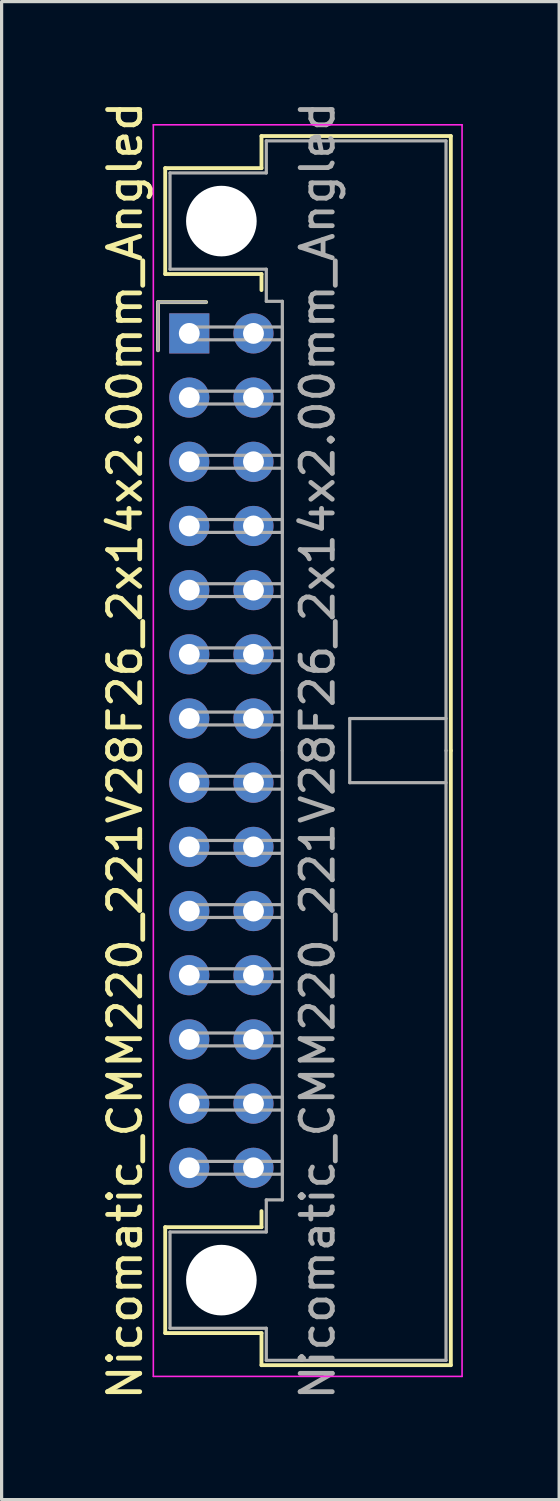
<source format=kicad_pcb>
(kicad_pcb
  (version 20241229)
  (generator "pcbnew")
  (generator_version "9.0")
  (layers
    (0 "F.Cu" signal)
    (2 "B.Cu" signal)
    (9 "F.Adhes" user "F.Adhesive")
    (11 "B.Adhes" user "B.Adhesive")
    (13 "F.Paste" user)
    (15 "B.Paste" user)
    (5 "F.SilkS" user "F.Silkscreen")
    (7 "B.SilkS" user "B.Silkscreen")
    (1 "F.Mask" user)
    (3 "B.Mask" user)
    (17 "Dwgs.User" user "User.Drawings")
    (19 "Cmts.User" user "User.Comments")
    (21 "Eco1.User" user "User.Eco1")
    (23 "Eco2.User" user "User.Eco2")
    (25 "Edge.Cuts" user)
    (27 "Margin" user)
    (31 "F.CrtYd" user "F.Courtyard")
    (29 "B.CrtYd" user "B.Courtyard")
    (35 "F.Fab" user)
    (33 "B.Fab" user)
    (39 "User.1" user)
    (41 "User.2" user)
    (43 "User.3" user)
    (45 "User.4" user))
  (footprint "Nicomatic_CMM220_221V28F26_2x14x2.00mm_Angled"
    (layer "F.Cu")
    (at 2.848 7.339)
    (property "Reference" "Nicomatic_CMM220_221V28F26_2x14x2.00mm_Angled" (at -2 13 90) (layer "F.SilkS") (effects (font (size 1 1) (thickness 0.15))))
    (attr through_hole)
    (fp_line (start -0.975 -0.975) (end -0.975 0.525) (stroke (width 0.12) (type solid)) (layer "F.SilkS"))
    (fp_line (start -0.75 -5.15) (end -0.75 -1.85) (stroke (width 0.12) (type solid)) (layer "F.SilkS"))
    (fp_line (start -0.75 -1.85) (end 2.25 -1.85) (stroke (width 0.12) (type solid)) (layer "F.SilkS"))
    (fp_line (start -0.75 27.85) (end 2.25 27.85) (stroke (width 0.12) (type solid)) (layer "F.SilkS"))
    (fp_line (start -0.75 31.15) (end -0.75 27.85) (stroke (width 0.12) (type solid)) (layer "F.SilkS"))
    (fp_line (start 0.525 -0.975) (end -0.975 -0.975) (stroke (width 0.12) (type solid)) (layer "F.SilkS"))
    (fp_line (start 2.25 -6.15) (end 2.25 -5.15) (stroke (width 0.12) (type solid)) (layer "F.SilkS"))
    (fp_line (start 2.25 -5.15) (end -0.75 -5.15) (stroke (width 0.12) (type solid)) (layer "F.SilkS"))
    (fp_line (start 2.25 -1.85) (end 2.25 -1.35) (stroke (width 0.12) (type solid)) (layer "F.SilkS"))
    (fp_line (start 2.25 27.85) (end 2.25 27.35) (stroke (width 0.12) (type solid)) (layer "F.SilkS"))
    (fp_line (start 2.25 31.15) (end -0.75 31.15) (stroke (width 0.12) (type solid)) (layer "F.SilkS"))
    (fp_line (start 2.25 32.15) (end 2.25 31.15) (stroke (width 0.12) (type solid)) (layer "F.SilkS"))
    (fp_line (start 8.15 -6.15) (end 2.25 -6.15) (stroke (width 0.12) (type solid)) (layer "F.SilkS"))
    (fp_line (start 8.15 13) (end 8.15 -6.15) (stroke (width 0.12) (type solid)) (layer "F.SilkS"))
    (fp_line (start 8.15 13) (end 8.15 32.15) (stroke (width 0.12) (type solid)) (layer "F.SilkS"))
    (fp_line (start 8.15 32.15) (end 2.25 32.15) (stroke (width 0.12) (type solid)) (layer "F.SilkS"))
    (fp_line (start -1.12 -6.5) (end -1.12 32.5) (stroke (width 0.05) (type solid)) (layer "F.CrtYd"))
    (fp_line (start -1.12 32.5) (end 8.5 32.5) (stroke (width 0.05) (type solid)) (layer "F.CrtYd"))
    (fp_line (start 8.5 -6.5) (end -1.12 -6.5) (stroke (width 0.05) (type solid)) (layer "F.CrtYd"))
    (fp_line (start 8.5 32.5) (end 8.5 -6.5) (stroke (width 0.05) (type solid)) (layer "F.CrtYd"))
    (fp_line (start -0.975 -0.975) (end -0.975 0.525) (stroke (width 0.1) (type solid)) (layer "F.Fab"))
    (fp_line (start -0.6 -5) (end -0.6 -2) (stroke (width 0.1) (type solid)) (layer "F.Fab"))
    (fp_line (start -0.6 -2) (end 2.4 -2) (stroke (width 0.1) (type solid)) (layer "F.Fab"))
    (fp_line (start -0.6 28) (end 2.4 28) (stroke (width 0.1) (type solid)) (layer "F.Fab"))
    (fp_line (start -0.6 31) (end -0.6 28) (stroke (width 0.1) (type solid)) (layer "F.Fab"))
    (fp_line (start 0 -0.2) (end 0 0.2) (stroke (width 0.1) (type solid)) (layer "F.Fab"))
    (fp_line (start 0 0.2) (end 2.9 0.2) (stroke (width 0.1) (type solid)) (layer "F.Fab"))
    (fp_line (start 0 1.8) (end 0 2.2) (stroke (width 0.1) (type solid)) (layer "F.Fab"))
    (fp_line (start 0 2.2) (end 2.9 2.2) (stroke (width 0.1) (type solid)) (layer "F.Fab"))
    (fp_line (start 0 3.8) (end 0 4.2) (stroke (width 0.1) (type solid)) (layer "F.Fab"))
    (fp_line (start 0 4.2) (end 2.9 4.2) (stroke (width 0.1) (type solid)) (layer "F.Fab"))
    (fp_line (start 0 5.8) (end 0 6.2) (stroke (width 0.1) (type solid)) (layer "F.Fab"))
    (fp_line (start 0 6.2) (end 2.9 6.2) (stroke (width 0.1) (type solid)) (layer "F.Fab"))
    (fp_line (start 0 7.8) (end 0 8.2) (stroke (width 0.1) (type solid)) (layer "F.Fab"))
    (fp_line (start 0 8.2) (end 2.9 8.2) (stroke (width 0.1) (type solid)) (layer "F.Fab"))
    (fp_line (start 0 9.8) (end 0 10.2) (stroke (width 0.1) (type solid)) (layer "F.Fab"))
    (fp_line (start 0 10.2) (end 2.9 10.2) (stroke (width 0.1) (type solid)) (layer "F.Fab"))
    (fp_line (start 0 11.8) (end 0 12.2) (stroke (width 0.1) (type solid)) (layer "F.Fab"))
    (fp_line (start 0 12.2) (end 2.9 12.2) (stroke (width 0.1) (type solid)) (layer "F.Fab"))
    (fp_line (start 0 13.8) (end 0 14.2) (stroke (width 0.1) (type solid)) (layer "F.Fab"))
    (fp_line (start 0 14.2) (end 2.9 14.2) (stroke (width 0.1) (type solid)) (layer "F.Fab"))
    (fp_line (start 0 15.8) (end 0 16.2) (stroke (width 0.1) (type solid)) (layer "F.Fab"))
    (fp_line (start 0 16.2) (end 2.9 16.2) (stroke (width 0.1) (type solid)) (layer "F.Fab"))
    (fp_line (start 0 17.8) (end 0 18.2) (stroke (width 0.1) (type solid)) (layer "F.Fab"))
    (fp_line (start 0 18.2) (end 2.9 18.2) (stroke (width 0.1) (type solid)) (layer "F.Fab"))
    (fp_line (start 0 19.8) (end 0 20.2) (stroke (width 0.1) (type solid)) (layer "F.Fab"))
    (fp_line (start 0 20.2) (end 2.9 20.2) (stroke (width 0.1) (type solid)) (layer "F.Fab"))
    (fp_line (start 0 21.8) (end 0 22.2) (stroke (width 0.1) (type solid)) (layer "F.Fab"))
    (fp_line (start 0 22.2) (end 2.9 22.2) (stroke (width 0.1) (type solid)) (layer "F.Fab"))
    (fp_line (start 0 23.8) (end 0 24.2) (stroke (width 0.1) (type solid)) (layer "F.Fab"))
    (fp_line (start 0 24.2) (end 2.9 24.2) (stroke (width 0.1) (type solid)) (layer "F.Fab"))
    (fp_line (start 0 25.8) (end 0 26.2) (stroke (width 0.1) (type solid)) (layer "F.Fab"))
    (fp_line (start 0 26.2) (end 2.9 26.2) (stroke (width 0.1) (type solid)) (layer "F.Fab"))
    (fp_line (start 0.525 -0.975) (end -0.975 -0.975) (stroke (width 0.1) (type solid)) (layer "F.Fab"))
    (fp_line (start 2.4 -6) (end 2.4 -5) (stroke (width 0.1) (type solid)) (layer "F.Fab"))
    (fp_line (start 2.4 -5) (end -0.6 -5) (stroke (width 0.1) (type solid)) (layer "F.Fab"))
    (fp_line (start 2.4 -2) (end 2.4 -1) (stroke (width 0.1) (type solid)) (layer "F.Fab"))
    (fp_line (start 2.4 -1) (end 2.9 -1) (stroke (width 0.1) (type solid)) (layer "F.Fab"))
    (fp_line (start 2.4 27) (end 2.9 27) (stroke (width 0.1) (type solid)) (layer "F.Fab"))
    (fp_line (start 2.4 28) (end 2.4 27) (stroke (width 0.1) (type solid)) (layer "F.Fab"))
    (fp_line (start 2.4 31) (end -0.6 31) (stroke (width 0.1) (type solid)) (layer "F.Fab"))
    (fp_line (start 2.4 32) (end 2.4 31) (stroke (width 0.1) (type solid)) (layer "F.Fab"))
    (fp_line (start 2.9 -1) (end 2.9 13) (stroke (width 0.1) (type solid)) (layer "F.Fab"))
    (fp_line (start 2.9 -0.2) (end 0 -0.2) (stroke (width 0.1) (type solid)) (layer "F.Fab"))
    (fp_line (start 2.9 0.2) (end 2.9 -0.2) (stroke (width 0.1) (type solid)) (layer "F.Fab"))
    (fp_line (start 2.9 1.8) (end 0 1.8) (stroke (width 0.1) (type solid)) (layer "F.Fab"))
    (fp_line (start 2.9 2.2) (end 2.9 1.8) (stroke (width 0.1) (type solid)) (layer "F.Fab"))
    (fp_line (start 2.9 3.8) (end 0 3.8) (stroke (width 0.1) (type solid)) (layer "F.Fab"))
    (fp_line (start 2.9 4.2) (end 2.9 3.8) (stroke (width 0.1) (type solid)) (layer "F.Fab"))
    (fp_line (start 2.9 5.8) (end 0 5.8) (stroke (width 0.1) (type solid)) (layer "F.Fab"))
    (fp_line (start 2.9 6.2) (end 2.9 5.8) (stroke (width 0.1) (type solid)) (layer "F.Fab"))
    (fp_line (start 2.9 7.8) (end 0 7.8) (stroke (width 0.1) (type solid)) (layer "F.Fab"))
    (fp_line (start 2.9 8.2) (end 2.9 7.8) (stroke (width 0.1) (type solid)) (layer "F.Fab"))
    (fp_line (start 2.9 9.8) (end 0 9.8) (stroke (width 0.1) (type solid)) (layer "F.Fab"))
    (fp_line (start 2.9 10.2) (end 2.9 9.8) (stroke (width 0.1) (type solid)) (layer "F.Fab"))
    (fp_line (start 2.9 11.8) (end 0 11.8) (stroke (width 0.1) (type solid)) (layer "F.Fab"))
    (fp_line (start 2.9 12.2) (end 2.9 11.8) (stroke (width 0.1) (type solid)) (layer "F.Fab"))
    (fp_line (start 2.9 13.8) (end 0 13.8) (stroke (width 0.1) (type solid)) (layer "F.Fab"))
    (fp_line (start 2.9 14.2) (end 2.9 13.8) (stroke (width 0.1) (type solid)) (layer "F.Fab"))
    (fp_line (start 2.9 15.8) (end 0 15.8) (stroke (width 0.1) (type solid)) (layer "F.Fab"))
    (fp_line (start 2.9 16.2) (end 2.9 15.8) (stroke (width 0.1) (type solid)) (layer "F.Fab"))
    (fp_line (start 2.9 17.8) (end 0 17.8) (stroke (width 0.1) (type solid)) (layer "F.Fab"))
    (fp_line (start 2.9 18.2) (end 2.9 17.8) (stroke (width 0.1) (type solid)) (layer "F.Fab"))
    (fp_line (start 2.9 19.8) (end 0 19.8) (stroke (width 0.1) (type solid)) (layer "F.Fab"))
    (fp_line (start 2.9 20.2) (end 2.9 19.8) (stroke (width 0.1) (type solid)) (layer "F.Fab"))
    (fp_line (start 2.9 21.8) (end 0 21.8) (stroke (width 0.1) (type solid)) (layer "F.Fab"))
    (fp_line (start 2.9 22.2) (end 2.9 21.8) (stroke (width 0.1) (type solid)) (layer "F.Fab"))
    (fp_line (start 2.9 23.8) (end 0 23.8) (stroke (width 0.1) (type solid)) (layer "F.Fab"))
    (fp_line (start 2.9 24.2) (end 2.9 23.8) (stroke (width 0.1) (type solid)) (layer "F.Fab"))
    (fp_line (start 2.9 25.8) (end 0 25.8) (stroke (width 0.1) (type solid)) (layer "F.Fab"))
    (fp_line (start 2.9 26.2) (end 2.9 25.8) (stroke (width 0.1) (type solid)) (layer "F.Fab"))
    (fp_line (start 2.9 27) (end 2.9 13) (stroke (width 0.1) (type solid)) (layer "F.Fab"))
    (fp_line (start 5 12) (end 5 14) (stroke (width 0.1) (type solid)) (layer "F.Fab"))
    (fp_line (start 5 14) (end 8 14) (stroke (width 0.1) (type solid)) (layer "F.Fab"))
    (fp_line (start 8 -6) (end 2.4 -6) (stroke (width 0.1) (type solid)) (layer "F.Fab"))
    (fp_line (start 8 12) (end 5 12) (stroke (width 0.1) (type solid)) (layer "F.Fab"))
    (fp_line (start 8 13) (end 8 -6) (stroke (width 0.1) (type solid)) (layer "F.Fab"))
    (fp_line (start 8 13) (end 8 32) (stroke (width 0.1) (type solid)) (layer "F.Fab"))
    (fp_line (start 8 32) (end 2.4 32) (stroke (width 0.1) (type solid)) (layer "F.Fab"))
    (fp_text user "${REFERENCE}" (at 4 13 90) (layer "F.Fab") (effects (font (size 1 1) (thickness 0.15))))
    (pad "" np_thru_hole circle (at 1 -3.5) (size 2.2 2.2) (drill 2.2) (layers "*.Cu" "*.Mask"))
    (pad "" np_thru_hole circle (at 1 29.5) (size 2.2 2.2) (drill 2.2) (layers "*.Cu" "*.Mask"))
    (pad "1" thru_hole rect (at 0 0) (size 1.25 1.25) (drill 0.65) (layers "*.Cu" "*.Mask"))
    (pad "2" thru_hole oval (at 0 2) (size 1.25 1.25) (drill 0.65) (layers "*.Cu" "*.Mask"))
    (pad "3" thru_hole oval (at 0 4) (size 1.25 1.25) (drill 0.65) (layers "*.Cu" "*.Mask"))
    (pad "4" thru_hole oval (at 0 6) (size 1.25 1.25) (drill 0.65) (layers "*.Cu" "*.Mask"))
    (pad "5" thru_hole oval (at 0 8) (size 1.25 1.25) (drill 0.65) (layers "*.Cu" "*.Mask"))
    (pad "6" thru_hole oval (at 0 10) (size 1.25 1.25) (drill 0.65) (layers "*.Cu" "*.Mask"))
    (pad "7" thru_hole oval (at 0 12) (size 1.25 1.25) (drill 0.65) (layers "*.Cu" "*.Mask"))
    (pad "8" thru_hole oval (at 0 14) (size 1.25 1.25) (drill 0.65) (layers "*.Cu" "*.Mask"))
    (pad "9" thru_hole oval (at 0 16) (size 1.25 1.25) (drill 0.65) (layers "*.Cu" "*.Mask"))
    (pad "10" thru_hole oval (at 0 18) (size 1.25 1.25) (drill 0.65) (layers "*.Cu" "*.Mask"))
    (pad "11" thru_hole oval (at 0 20) (size 1.25 1.25) (drill 0.65) (layers "*.Cu" "*.Mask"))
    (pad "12" thru_hole oval (at 0 22) (size 1.25 1.25) (drill 0.65) (layers "*.Cu" "*.Mask"))
    (pad "13" thru_hole oval (at 0 24) (size 1.25 1.25) (drill 0.65) (layers "*.Cu" "*.Mask"))
    (pad "14" thru_hole oval (at 0 26) (size 1.25 1.25) (drill 0.65) (layers "*.Cu" "*.Mask"))
    (pad "15" thru_hole oval (at 2 0) (size 1.25 1.25) (drill 0.65) (layers "*.Cu" "*.Mask"))
    (pad "16" thru_hole oval (at 2 2) (size 1.25 1.25) (drill 0.65) (layers "*.Cu" "*.Mask"))
    (pad "17" thru_hole oval (at 2 4) (size 1.25 1.25) (drill 0.65) (layers "*.Cu" "*.Mask"))
    (pad "18" thru_hole oval (at 2 6) (size 1.25 1.25) (drill 0.65) (layers "*.Cu" "*.Mask"))
    (pad "19" thru_hole oval (at 2 8) (size 1.25 1.25) (drill 0.65) (layers "*.Cu" "*.Mask"))
    (pad "20" thru_hole oval (at 2 10) (size 1.25 1.25) (drill 0.65) (layers "*.Cu" "*.Mask"))
    (pad "21" thru_hole oval (at 2 12) (size 1.25 1.25) (drill 0.65) (layers "*.Cu" "*.Mask"))
    (pad "22" thru_hole oval (at 2 14) (size 1.25 1.25) (drill 0.65) (layers "*.Cu" "*.Mask"))
    (pad "23" thru_hole oval (at 2 16) (size 1.25 1.25) (drill 0.65) (layers "*.Cu" "*.Mask"))
    (pad "24" thru_hole oval (at 2 18) (size 1.25 1.25) (drill 0.65) (layers "*.Cu" "*.Mask"))
    (pad "25" thru_hole oval (at 2 20) (size 1.25 1.25) (drill 0.65) (layers "*.Cu" "*.Mask"))
    (pad "26" thru_hole oval (at 2 22) (size 1.25 1.25) (drill 0.65) (layers "*.Cu" "*.Mask"))
    (pad "27" thru_hole oval (at 2 24) (size 1.25 1.25) (drill 0.65) (layers "*.Cu" "*.Mask"))
    (pad "28" thru_hole oval (at 2 26) (size 1.25 1.25) (drill 0.65) (layers "*.Cu" "*.Mask")))
  (gr_rect
    (start -3 -3)
    (end 14.373 43.679)
    (stroke (width 0.1) (type default))
    (fill no)
    (layer "Edge.Cuts")))
</source>
